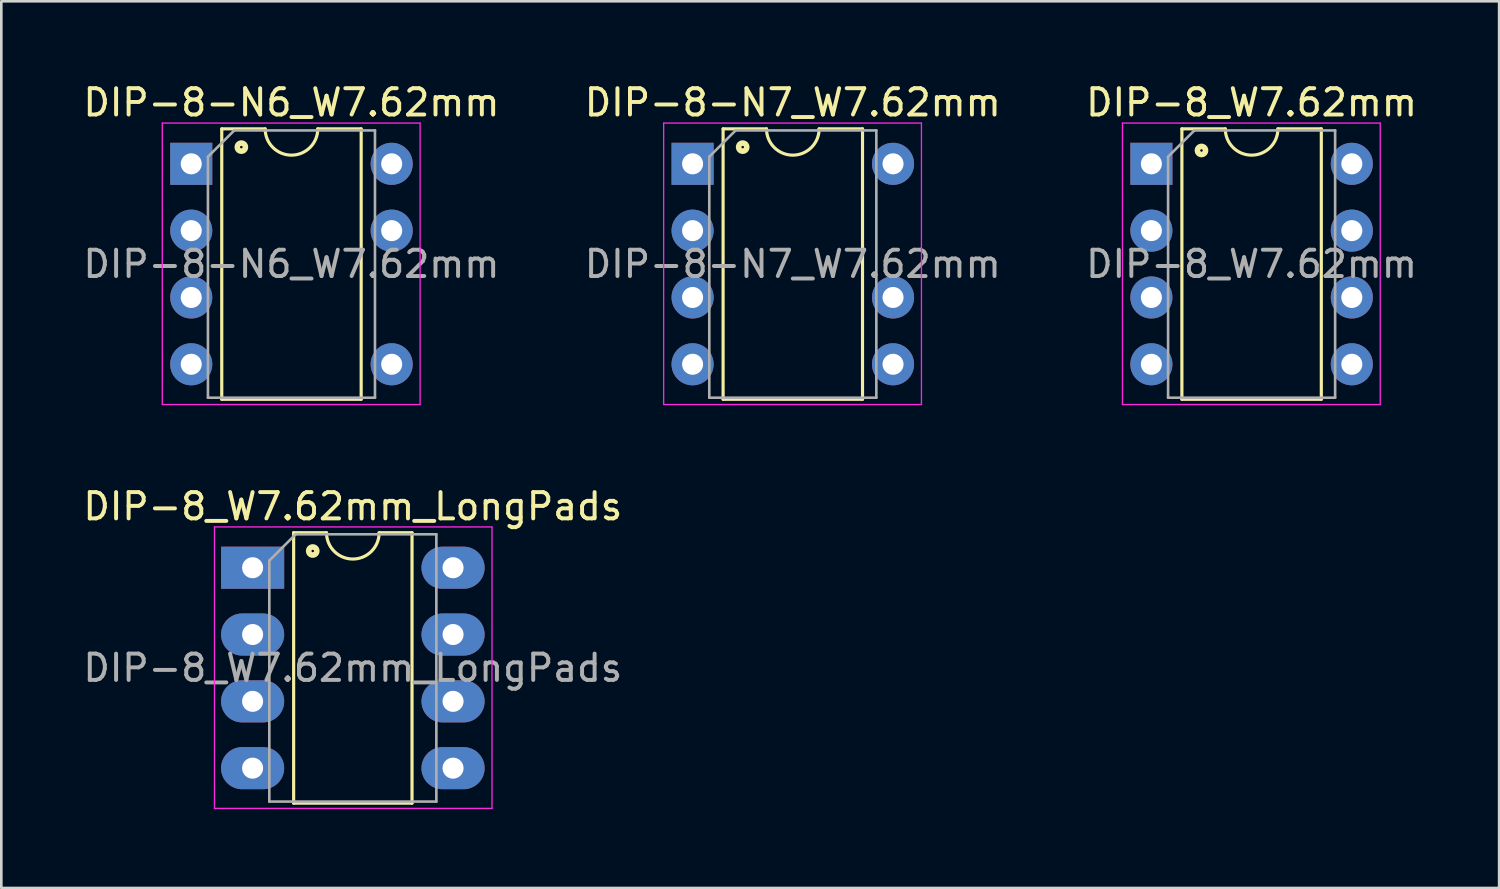
<source format=kicad_pcb>
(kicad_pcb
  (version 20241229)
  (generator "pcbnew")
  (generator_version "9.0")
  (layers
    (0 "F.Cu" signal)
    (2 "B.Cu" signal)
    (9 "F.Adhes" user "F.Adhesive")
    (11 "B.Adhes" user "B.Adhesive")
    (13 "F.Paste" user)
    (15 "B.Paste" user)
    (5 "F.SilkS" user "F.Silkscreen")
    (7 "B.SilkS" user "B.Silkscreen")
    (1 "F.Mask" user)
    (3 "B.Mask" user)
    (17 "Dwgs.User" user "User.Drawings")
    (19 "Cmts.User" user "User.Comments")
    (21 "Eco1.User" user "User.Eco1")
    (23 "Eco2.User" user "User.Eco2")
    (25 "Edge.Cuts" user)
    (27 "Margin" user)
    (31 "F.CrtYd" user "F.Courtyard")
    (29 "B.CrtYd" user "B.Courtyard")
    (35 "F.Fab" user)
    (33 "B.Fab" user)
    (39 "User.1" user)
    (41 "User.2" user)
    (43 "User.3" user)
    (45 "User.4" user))
  (footprint "DIP-8_W7.62mm_LongPads"
    (layer "F.Cu")
    (at 6.553 18.532)
    (property "Reference" "DIP-8_W7.62mm_LongPads" (at 3.81 -2.33 0) (layer "F.SilkS") (effects (font (size 1 1) (thickness 0.15))))
    (attr through_hole)
    (fp_line (start 1.56 -1.33) (end 1.56 8.95) (stroke (width 0.12) (type solid)) (layer "F.SilkS"))
    (fp_line (start 1.56 8.95) (end 6.06 8.95) (stroke (width 0.12) (type solid)) (layer "F.SilkS"))
    (fp_line (start 2.81 -1.33) (end 1.56 -1.33) (stroke (width 0.12) (type solid)) (layer "F.SilkS"))
    (fp_line (start 6.06 -1.33) (end 4.81 -1.33) (stroke (width 0.12) (type solid)) (layer "F.SilkS"))
    (fp_line (start 6.06 8.95) (end 6.06 -1.33) (stroke (width 0.12) (type solid)) (layer "F.SilkS"))
    (fp_arc (start 4.81 -1.33) (mid 3.81 -0.33) (end 2.81 -1.33) (stroke (width 0.12) (type solid)) (layer "F.SilkS"))
    (fp_circle (center 2.286 -0.635) (end 2.336 -0.635) (stroke (width 0.12) (type solid)) (fill no) (layer "F.SilkS"))
    (fp_circle (center 2.286 -0.635) (end 2.411 -0.635) (stroke (width 0.12) (type solid)) (fill no) (layer "F.SilkS"))
    (fp_circle (center 2.286 -0.635) (end 2.486 -0.635) (stroke (width 0.12) (type solid)) (fill no) (layer "F.SilkS"))
    (fp_line (start -1.45 -1.55) (end -1.45 9.15) (stroke (width 0.05) (type solid)) (layer "F.CrtYd"))
    (fp_line (start -1.45 9.15) (end 9.1 9.15) (stroke (width 0.05) (type solid)) (layer "F.CrtYd"))
    (fp_line (start 9.1 -1.55) (end -1.45 -1.55) (stroke (width 0.05) (type solid)) (layer "F.CrtYd"))
    (fp_line (start 9.1 9.15) (end 9.1 -1.55) (stroke (width 0.05) (type solid)) (layer "F.CrtYd"))
    (fp_line (start 0.635 -0.27) (end 1.635 -1.27) (stroke (width 0.1) (type solid)) (layer "F.Fab"))
    (fp_line (start 0.635 8.89) (end 0.635 -0.27) (stroke (width 0.1) (type solid)) (layer "F.Fab"))
    (fp_line (start 1.635 -1.27) (end 6.985 -1.27) (stroke (width 0.1) (type solid)) (layer "F.Fab"))
    (fp_line (start 6.985 -1.27) (end 6.985 8.89) (stroke (width 0.1) (type solid)) (layer "F.Fab"))
    (fp_line (start 6.985 8.89) (end 0.635 8.89) (stroke (width 0.1) (type solid)) (layer "F.Fab"))
    (fp_text user "${REFERENCE}" (at 3.81 3.81 0) (layer "F.Fab") (effects (font (size 1 1) (thickness 0.15))))
    (pad "1" thru_hole rect (at 0 0) (size 2.4 1.6) (drill 0.8) (layers "*.Cu" "*.Mask"))
    (pad "2" thru_hole oval (at 0 2.54) (size 2.4 1.6) (drill 0.8) (layers "*.Cu" "*.Mask"))
    (pad "3" thru_hole oval (at 0 5.08) (size 2.4 1.6) (drill 0.8) (layers "*.Cu" "*.Mask"))
    (pad "4" thru_hole oval (at 0 7.62) (size 2.4 1.6) (drill 0.8) (layers "*.Cu" "*.Mask"))
    (pad "5" thru_hole oval (at 7.62 7.62) (size 2.4 1.6) (drill 0.8) (layers "*.Cu" "*.Mask"))
    (pad "6" thru_hole oval (at 7.62 5.08) (size 2.4 1.6) (drill 0.8) (layers "*.Cu" "*.Mask"))
    (pad "7" thru_hole oval (at 7.62 2.54) (size 2.4 1.6) (drill 0.8) (layers "*.Cu" "*.Mask"))
    (pad "8" thru_hole oval (at 7.62 0) (size 2.4 1.6) (drill 0.8) (layers "*.Cu" "*.Mask")))
  (footprint "DIP-8_W7.62mm"
    (layer "F.Cu")
    (at 40.72 3.178)
    (property "Reference" "DIP-8_W7.62mm" (at 3.81 -2.33 0) (layer "F.SilkS") (effects (font (size 1 1) (thickness 0.15))))
    (attr through_hole)
    (fp_line (start 1.16 -1.33) (end 1.16 8.95) (stroke (width 0.12) (type solid)) (layer "F.SilkS"))
    (fp_line (start 1.16 8.95) (end 6.46 8.95) (stroke (width 0.12) (type solid)) (layer "F.SilkS"))
    (fp_line (start 2.81 -1.33) (end 1.16 -1.33) (stroke (width 0.12) (type solid)) (layer "F.SilkS"))
    (fp_line (start 6.46 -1.33) (end 4.81 -1.33) (stroke (width 0.12) (type solid)) (layer "F.SilkS"))
    (fp_line (start 6.46 8.95) (end 6.46 -1.33) (stroke (width 0.12) (type solid)) (layer "F.SilkS"))
    (fp_arc (start 4.81 -1.33) (mid 3.81 -0.33) (end 2.81 -1.33) (stroke (width 0.12) (type solid)) (layer "F.SilkS"))
    (fp_circle (center 1.905 -0.508) (end 1.955 -0.508) (stroke (width 0.12) (type solid)) (fill no) (layer "F.SilkS"))
    (fp_circle (center 1.905 -0.508) (end 2.03 -0.508) (stroke (width 0.12) (type solid)) (fill no) (layer "F.SilkS"))
    (fp_circle (center 1.905 -0.508) (end 2.105 -0.508) (stroke (width 0.12) (type solid)) (fill no) (layer "F.SilkS"))
    (fp_line (start -1.1 -1.55) (end -1.1 9.15) (stroke (width 0.05) (type solid)) (layer "F.CrtYd"))
    (fp_line (start -1.1 9.15) (end 8.7 9.15) (stroke (width 0.05) (type solid)) (layer "F.CrtYd"))
    (fp_line (start 8.7 -1.55) (end -1.1 -1.55) (stroke (width 0.05) (type solid)) (layer "F.CrtYd"))
    (fp_line (start 8.7 9.15) (end 8.7 -1.55) (stroke (width 0.05) (type solid)) (layer "F.CrtYd"))
    (fp_line (start 0.635 -0.27) (end 1.635 -1.27) (stroke (width 0.1) (type solid)) (layer "F.Fab"))
    (fp_line (start 0.635 8.89) (end 0.635 -0.27) (stroke (width 0.1) (type solid)) (layer "F.Fab"))
    (fp_line (start 1.635 -1.27) (end 6.985 -1.27) (stroke (width 0.1) (type solid)) (layer "F.Fab"))
    (fp_line (start 6.985 -1.27) (end 6.985 8.89) (stroke (width 0.1) (type solid)) (layer "F.Fab"))
    (fp_line (start 6.985 8.89) (end 0.635 8.89) (stroke (width 0.1) (type solid)) (layer "F.Fab"))
    (fp_text user "${REFERENCE}" (at 3.81 3.81 0) (layer "F.Fab") (effects (font (size 1 1) (thickness 0.15))))
    (pad "1" thru_hole rect (at 0 0) (size 1.6 1.6) (drill 0.8) (layers "*.Cu" "*.Mask"))
    (pad "2" thru_hole oval (at 0 2.54) (size 1.6 1.6) (drill 0.8) (layers "*.Cu" "*.Mask"))
    (pad "3" thru_hole oval (at 0 5.08) (size 1.6 1.6) (drill 0.8) (layers "*.Cu" "*.Mask"))
    (pad "4" thru_hole oval (at 0 7.62) (size 1.6 1.6) (drill 0.8) (layers "*.Cu" "*.Mask"))
    (pad "5" thru_hole oval (at 7.62 7.62) (size 1.6 1.6) (drill 0.8) (layers "*.Cu" "*.Mask"))
    (pad "6" thru_hole oval (at 7.62 5.08) (size 1.6 1.6) (drill 0.8) (layers "*.Cu" "*.Mask"))
    (pad "7" thru_hole oval (at 7.62 2.54) (size 1.6 1.6) (drill 0.8) (layers "*.Cu" "*.Mask"))
    (pad "8" thru_hole oval (at 7.62 0) (size 1.6 1.6) (drill 0.8) (layers "*.Cu" "*.Mask")))
  (footprint "DIP-8-N6_W7.62mm"
    (layer "F.Cu")
    (at 4.22 3.178)
    (property "Reference" "DIP-8-N6_W7.62mm" (at 3.81 -2.33 0) (layer "F.SilkS") (effects (font (size 1 1) (thickness 0.15))))
    (attr through_hole)
    (fp_line (start 1.16 -1.33) (end 1.16 8.95) (stroke (width 0.12) (type solid)) (layer "F.SilkS"))
    (fp_line (start 1.16 8.95) (end 6.46 8.95) (stroke (width 0.12) (type solid)) (layer "F.SilkS"))
    (fp_line (start 2.81 -1.33) (end 1.16 -1.33) (stroke (width 0.12) (type solid)) (layer "F.SilkS"))
    (fp_line (start 6.46 -1.33) (end 4.81 -1.33) (stroke (width 0.12) (type solid)) (layer "F.SilkS"))
    (fp_line (start 6.46 8.95) (end 6.46 -1.33) (stroke (width 0.12) (type solid)) (layer "F.SilkS"))
    (fp_arc (start 4.81 -1.33) (mid 3.81 -0.33) (end 2.81 -1.33) (stroke (width 0.12) (type solid)) (layer "F.SilkS"))
    (fp_circle (center 1.905 -0.635) (end 1.955 -0.635) (stroke (width 0.12) (type solid)) (fill no) (layer "F.SilkS"))
    (fp_circle (center 1.905 -0.635) (end 2.03 -0.635) (stroke (width 0.12) (type solid)) (fill no) (layer "F.SilkS"))
    (fp_circle (center 1.905 -0.635) (end 2.105 -0.635) (stroke (width 0.12) (type solid)) (fill no) (layer "F.SilkS"))
    (fp_line (start -1.1 -1.55) (end -1.1 9.15) (stroke (width 0.05) (type solid)) (layer "F.CrtYd"))
    (fp_line (start -1.1 9.15) (end 8.7 9.15) (stroke (width 0.05) (type solid)) (layer "F.CrtYd"))
    (fp_line (start 8.7 -1.55) (end -1.1 -1.55) (stroke (width 0.05) (type solid)) (layer "F.CrtYd"))
    (fp_line (start 8.7 9.15) (end 8.7 -1.55) (stroke (width 0.05) (type solid)) (layer "F.CrtYd"))
    (fp_line (start 0.635 -0.27) (end 1.635 -1.27) (stroke (width 0.1) (type solid)) (layer "F.Fab"))
    (fp_line (start 0.635 8.89) (end 0.635 -0.27) (stroke (width 0.1) (type solid)) (layer "F.Fab"))
    (fp_line (start 1.635 -1.27) (end 6.985 -1.27) (stroke (width 0.1) (type solid)) (layer "F.Fab"))
    (fp_line (start 6.985 -1.27) (end 6.985 8.89) (stroke (width 0.1) (type solid)) (layer "F.Fab"))
    (fp_line (start 6.985 8.89) (end 0.635 8.89) (stroke (width 0.1) (type solid)) (layer "F.Fab"))
    (fp_text user "${REFERENCE}" (at 3.81 3.81 0) (layer "F.Fab") (effects (font (size 1 1) (thickness 0.15))))
    (pad "1" thru_hole rect (at 0 0) (size 1.6 1.6) (drill 0.8) (layers "*.Cu" "*.Mask"))
    (pad "2" thru_hole oval (at 0 2.54) (size 1.6 1.6) (drill 0.8) (layers "*.Cu" "*.Mask"))
    (pad "3" thru_hole oval (at 0 5.08) (size 1.6 1.6) (drill 0.8) (layers "*.Cu" "*.Mask"))
    (pad "4" thru_hole oval (at 0 7.62) (size 1.6 1.6) (drill 0.8) (layers "*.Cu" "*.Mask"))
    (pad "5" thru_hole oval (at 7.62 7.62) (size 1.6 1.6) (drill 0.8) (layers "*.Cu" "*.Mask"))
    (pad "7" thru_hole oval (at 7.62 2.54) (size 1.6 1.6) (drill 0.8) (layers "*.Cu" "*.Mask"))
    (pad "8" thru_hole oval (at 7.62 0) (size 1.6 1.6) (drill 0.8) (layers "*.Cu" "*.Mask")))
  (footprint "DIP-8-N7_W7.62mm"
    (layer "F.Cu")
    (at 23.279 3.178)
    (property "Reference" "DIP-8-N7_W7.62mm" (at 3.81 -2.33 0) (layer "F.SilkS") (effects (font (size 1 1) (thickness 0.15))))
    (attr through_hole)
    (fp_line (start 1.16 -1.33) (end 1.16 8.95) (stroke (width 0.12) (type solid)) (layer "F.SilkS"))
    (fp_line (start 1.16 8.95) (end 6.46 8.95) (stroke (width 0.12) (type solid)) (layer "F.SilkS"))
    (fp_line (start 2.81 -1.33) (end 1.16 -1.33) (stroke (width 0.12) (type solid)) (layer "F.SilkS"))
    (fp_line (start 6.46 -1.33) (end 4.81 -1.33) (stroke (width 0.12) (type solid)) (layer "F.SilkS"))
    (fp_line (start 6.46 8.95) (end 6.46 -1.33) (stroke (width 0.12) (type solid)) (layer "F.SilkS"))
    (fp_arc (start 4.81 -1.33) (mid 3.81 -0.33) (end 2.81 -1.33) (stroke (width 0.12) (type solid)) (layer "F.SilkS"))
    (fp_circle (center 1.905 -0.635) (end 1.955 -0.635) (stroke (width 0.12) (type solid)) (fill no) (layer "F.SilkS"))
    (fp_circle (center 1.905 -0.635) (end 2.03 -0.635) (stroke (width 0.12) (type solid)) (fill no) (layer "F.SilkS"))
    (fp_circle (center 1.905 -0.635) (end 2.105 -0.635) (stroke (width 0.12) (type solid)) (fill no) (layer "F.SilkS"))
    (fp_line (start -1.1 -1.55) (end -1.1 9.15) (stroke (width 0.05) (type solid)) (layer "F.CrtYd"))
    (fp_line (start -1.1 9.15) (end 8.7 9.15) (stroke (width 0.05) (type solid)) (layer "F.CrtYd"))
    (fp_line (start 8.7 -1.55) (end -1.1 -1.55) (stroke (width 0.05) (type solid)) (layer "F.CrtYd"))
    (fp_line (start 8.7 9.15) (end 8.7 -1.55) (stroke (width 0.05) (type solid)) (layer "F.CrtYd"))
    (fp_line (start 0.635 -0.27) (end 1.635 -1.27) (stroke (width 0.1) (type solid)) (layer "F.Fab"))
    (fp_line (start 0.635 8.89) (end 0.635 -0.27) (stroke (width 0.1) (type solid)) (layer "F.Fab"))
    (fp_line (start 1.635 -1.27) (end 6.985 -1.27) (stroke (width 0.1) (type solid)) (layer "F.Fab"))
    (fp_line (start 6.985 -1.27) (end 6.985 8.89) (stroke (width 0.1) (type solid)) (layer "F.Fab"))
    (fp_line (start 6.985 8.89) (end 0.635 8.89) (stroke (width 0.1) (type solid)) (layer "F.Fab"))
    (fp_text user "${REFERENCE}" (at 3.81 3.81 0) (layer "F.Fab") (effects (font (size 1 1) (thickness 0.15))))
    (pad "1" thru_hole rect (at 0 0) (size 1.6 1.6) (drill 0.8) (layers "*.Cu" "*.Mask"))
    (pad "2" thru_hole oval (at 0 2.54) (size 1.6 1.6) (drill 0.8) (layers "*.Cu" "*.Mask"))
    (pad "3" thru_hole oval (at 0 5.08) (size 1.6 1.6) (drill 0.8) (layers "*.Cu" "*.Mask"))
    (pad "4" thru_hole oval (at 0 7.62) (size 1.6 1.6) (drill 0.8) (layers "*.Cu" "*.Mask"))
    (pad "5" thru_hole oval (at 7.62 7.62) (size 1.6 1.6) (drill 0.8) (layers "*.Cu" "*.Mask"))
    (pad "6" thru_hole oval (at 7.62 5.08) (size 1.6 1.6) (drill 0.8) (layers "*.Cu" "*.Mask"))
    (pad "8" thru_hole oval (at 7.62 0) (size 1.6 1.6) (drill 0.8) (layers "*.Cu" "*.Mask")))
  (gr_rect
    (start -3 -3)
    (end 53.94 30.706)
    (stroke (width 0.1) (type default))
    (fill no)
    (layer "Edge.Cuts")))
</source>
